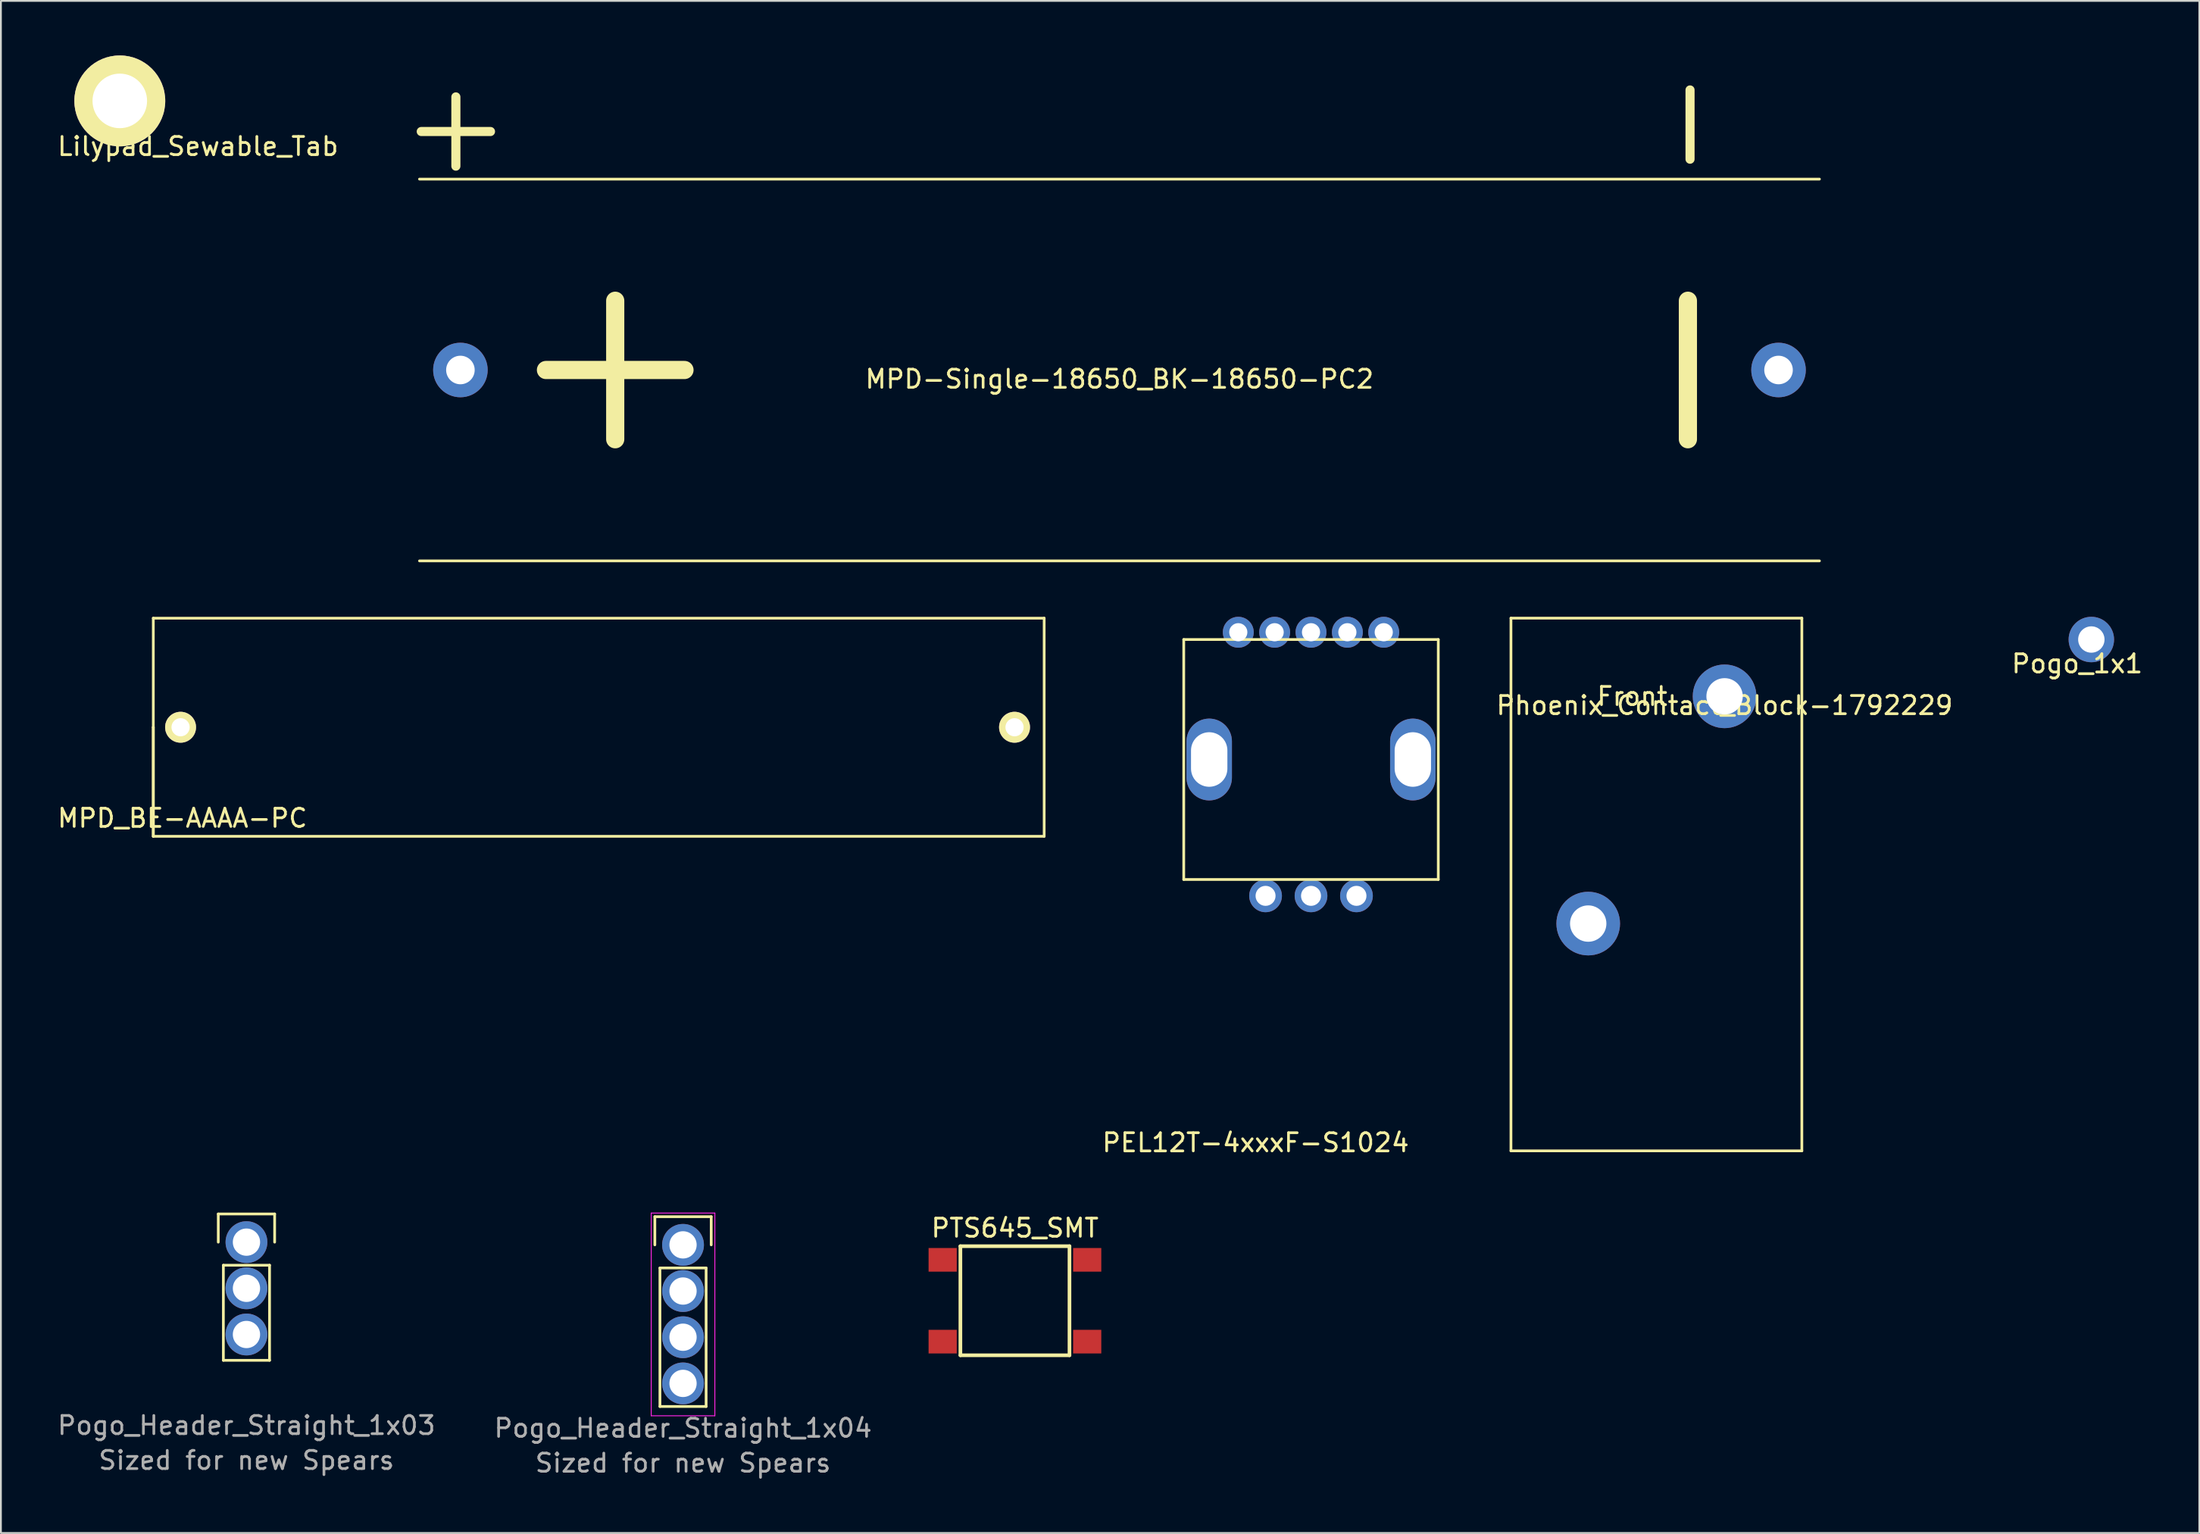
<source format=kicad_pcb>
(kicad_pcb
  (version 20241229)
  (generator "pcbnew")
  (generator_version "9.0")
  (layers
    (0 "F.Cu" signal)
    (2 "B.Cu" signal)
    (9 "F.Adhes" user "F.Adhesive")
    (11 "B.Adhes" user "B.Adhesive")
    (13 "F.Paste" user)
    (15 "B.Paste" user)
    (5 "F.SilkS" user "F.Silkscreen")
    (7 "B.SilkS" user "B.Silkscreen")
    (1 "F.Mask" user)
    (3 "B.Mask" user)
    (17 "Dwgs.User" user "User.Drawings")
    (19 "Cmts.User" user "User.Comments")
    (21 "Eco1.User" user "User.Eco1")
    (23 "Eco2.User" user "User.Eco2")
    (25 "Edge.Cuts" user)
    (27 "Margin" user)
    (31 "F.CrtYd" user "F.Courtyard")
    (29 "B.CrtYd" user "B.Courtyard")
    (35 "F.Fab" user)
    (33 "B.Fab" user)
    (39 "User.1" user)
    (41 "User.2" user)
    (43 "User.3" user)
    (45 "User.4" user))
  (footprint "MPD-Single-18650_BK-18650-PC2"
    (layer "F.Cu")
    (at 58.524 17.302)
    (property "Reference" "MPD-Single-18650_BK-18650-PC2" (at 0 0.5 0) (layer "F.SilkS") (effects (font (size 1 1) (thickness 0.15))))
    (attr through_hole)
    (fp_line (start -38.5 -10.5) (end 38.5 -10.5) (stroke (width 0.15) (type solid)) (layer "F.SilkS"))
    (fp_line (start 38.5 10.5) (end -38.5 10.5) (stroke (width 0.15) (type solid)) (layer "F.SilkS"))
    (fp_text user "-" (at 30.5 0 90) (layer "F.SilkS") (effects (font (size 10 10) (thickness 1))))
    (fp_text user "+" (at -36.5 -13.5 0) (layer "F.SilkS") (effects (font (size 5 5) (thickness 0.5))))
    (fp_text user "+" (at -28.5 0 90) (layer "F.SilkS") (effects (font (size 10 10) (thickness 1))))
    (fp_text user "-" (at 31 -13.5 90) (layer "F.SilkS") (effects (font (size 5 5) (thickness 0.5))))
    (pad "1" thru_hole circle (at -36.25 0) (size 3 3) (drill 1.57) (layers "*.Cu" "*.Mask"))
    (pad "2" thru_hole circle (at 36.25 0) (size 3 3) (drill 1.57) (layers "*.Cu" "*.Mask")))
  (footprint "Pogo_Header_Straight_1x03"
    (layer "F.Cu")
    (at 10.506 65.275)
    (property "Reference" "Pogo_Header_Straight_1x03" (at 0 10.08 180) (layer "F.Fab") (effects (font (size 1 1) (thickness 0.15))))
    (attr through_hole)
    (fp_line (start -1.55 -1.55) (end 1.55 -1.55) (stroke (width 0.15) (type solid)) (layer "F.SilkS"))
    (fp_line (start -1.55 0) (end -1.55 -1.55) (stroke (width 0.15) (type solid)) (layer "F.SilkS"))
    (fp_line (start -1.27 1.27) (end -1.27 6.5) (stroke (width 0.15) (type solid)) (layer "F.SilkS"))
    (fp_line (start -1.27 6.5) (end 1.27 6.5) (stroke (width 0.15) (type solid)) (layer "F.SilkS"))
    (fp_line (start 1.27 1.27) (end -1.27 1.27) (stroke (width 0.15) (type solid)) (layer "F.SilkS"))
    (fp_line (start 1.27 1.27) (end 1.27 6.5) (stroke (width 0.15) (type solid)) (layer "F.SilkS"))
    (fp_line (start 1.55 -1.55) (end 1.55 0) (stroke (width 0.15) (type solid)) (layer "F.SilkS"))
    (fp_text user "Sized for new Spears" (at 0 12 0) (layer "F.Fab") (effects (font (size 1 1) (thickness 0.15))))
    (pad "1" thru_hole circle (at 0 0) (size 2.3 2.3) (drill 1.5) (layers "*.Cu" "*.Mask"))
    (pad "2" thru_hole circle (at 0 2.54) (size 2.3 2.3) (drill 1.5) (layers "*.Cu" "*.Mask"))
    (pad "3" thru_hole circle (at 0 5.08) (size 2.3 2.3) (drill 1.5) (layers "*.Cu" "*.Mask")))
  (footprint "MPD_BE-AAAA-PC"
    (layer "F.Cu")
    (at 6.882 36.953)
    (property "Reference" "MPD_BE-AAAA-PC" (at 0.1 5 0) (layer "F.SilkS") (effects (font (size 1 1) (thickness 0.15))))
    (attr through_hole)
    (fp_line (start -1.5 -6) (end 47.5 -6) (stroke (width 0.15) (type solid)) (layer "F.SilkS"))
    (fp_line (start -1.5 0) (end -1.5 -6) (stroke (width 0.15) (type solid)) (layer "F.SilkS"))
    (fp_line (start -1.5 0) (end -1.5 6) (stroke (width 0.15) (type solid)) (layer "F.SilkS"))
    (fp_line (start -1.5 0) (end -1.5 6) (stroke (width 0.15) (type solid)) (layer "F.SilkS"))
    (fp_line (start 47.5 -6) (end 47.5 6) (stroke (width 0.15) (type solid)) (layer "F.SilkS"))
    (fp_line (start 47.5 6) (end -1.5 6) (stroke (width 0.15) (type solid)) (layer "F.SilkS"))
    (pad "1" thru_hole circle (at 0 0) (size 1.7 1.7) (drill 1) (layers "*.Cu" "*.Mask" "F.SilkS"))
    (pad "2" thru_hole circle (at 45.87 0) (size 1.7 1.7) (drill 1) (layers "*.Cu" "*.Mask" "F.SilkS")))
  (footprint "Pogo_1x1"
    (layer "F.Cu")
    (at 111.979 32.127)
    (property "Reference" "Pogo_1x1" (at -0.78 1.33 0) (layer "F.SilkS") (effects (font (size 1 1) (thickness 0.15))))
    (attr through_hole)
    (pad "1" thru_hole circle (at 0 0) (size 2.5 2.5) (drill 1.45) (layers "*.Cu" "*.Mask")))
  (footprint "Pogo_Header_Straight_1x04"
    (layer "F.Cu")
    (at 34.518 65.425)
    (property "Reference" "Pogo_Header_Straight_1x04" (at 0 10.08 180) (layer "F.Fab") (effects (font (size 1 1) (thickness 0.15))))
    (attr through_hole)
    (fp_line (start -1.55 -1.55) (end 1.55 -1.55) (stroke (width 0.15) (type solid)) (layer "F.SilkS"))
    (fp_line (start -1.55 0) (end -1.55 -1.55) (stroke (width 0.15) (type solid)) (layer "F.SilkS"))
    (fp_line (start -1.27 1.27) (end -1.27 8.89) (stroke (width 0.15) (type solid)) (layer "F.SilkS"))
    (fp_line (start -1.27 8.89) (end 1.27 8.89) (stroke (width 0.15) (type solid)) (layer "F.SilkS"))
    (fp_line (start 1.27 1.27) (end -1.27 1.27) (stroke (width 0.15) (type solid)) (layer "F.SilkS"))
    (fp_line (start 1.27 1.27) (end 1.27 8.89) (stroke (width 0.15) (type solid)) (layer "F.SilkS"))
    (fp_line (start 1.55 -1.55) (end 1.55 0) (stroke (width 0.15) (type solid)) (layer "F.SilkS"))
    (fp_line (start -1.75 -1.75) (end -1.75 9.4) (stroke (width 0.05) (type solid)) (layer "F.CrtYd"))
    (fp_line (start -1.75 -1.75) (end 1.75 -1.75) (stroke (width 0.05) (type solid)) (layer "F.CrtYd"))
    (fp_line (start -1.75 9.4) (end 1.75 9.4) (stroke (width 0.05) (type solid)) (layer "F.CrtYd"))
    (fp_line (start 1.75 -1.75) (end 1.75 9.4) (stroke (width 0.05) (type solid)) (layer "F.CrtYd"))
    (fp_text user "Sized for new Spears" (at 0 12 0) (layer "F.Fab") (effects (font (size 1 1) (thickness 0.15))))
    (pad "1" thru_hole circle (at 0 0) (size 2.3 2.3) (drill 1.5) (layers "*.Cu" "*.Mask"))
    (pad "2" thru_hole circle (at 0 2.54) (size 2.3 2.3) (drill 1.5) (layers "*.Cu" "*.Mask"))
    (pad "3" thru_hole circle (at 0 5.08) (size 2.3 2.3) (drill 1.5) (layers "*.Cu" "*.Mask"))
    (pad "4" thru_hole circle (at 0 7.62) (size 2.3 2.3) (drill 1.5) (layers "*.Cu" "*.Mask")))
  (footprint "Phoenix_Contact_Block-1792229"
    (layer "F.Cu")
    (at 91.806 35.252)
    (property "Reference" "Phoenix_Contact_Block-1792229" (at 0 0.5 0) (layer "F.SilkS") (effects (font (size 1 1) (thickness 0.15))))
    (attr through_hole)
    (fp_line (start -11.75 -4.3) (end -11.75 25) (stroke (width 0.15) (type solid)) (layer "F.SilkS"))
    (fp_line (start 4.25 -4.3) (end -11.75 -4.3) (stroke (width 0.15) (type solid)) (layer "F.SilkS"))
    (fp_line (start 4.25 -4.3) (end 4.25 25) (stroke (width 0.15) (type solid)) (layer "F.SilkS"))
    (fp_line (start 4.25 25) (end -11.75 25) (stroke (width 0.15) (type solid)) (layer "F.SilkS"))
    (fp_text user "Front" (at -5.08 0 0) (layer "F.SilkS") (effects (font (size 1 1) (thickness 0.15))))
    (pad "1" thru_hole circle (at 0 0) (size 3.5 3.5) (drill 2) (layers "*.Cu" "*.Mask"))
    (pad "2" thru_hole circle (at -7.5 12.5) (size 3.5 3.5) (drill 2) (layers "*.Cu" "*.Mask")))
  (footprint "Lilypad_Sewable_Tab"
    (layer "F.Cu")
    (at 3.539 2.5)
    (property "Reference" "Lilypad_Sewable_Tab" (at 4.3 2.5 0) (layer "F.SilkS") (effects (font (size 1 1) (thickness 0.15))))
    (attr through_hole)
    (pad "1" thru_hole circle (at 0 0) (size 5 5) (drill 3) (layers "*.Cu" "*.Mask" "F.SilkS")))
  (footprint "PEL12T-4xxxF-S1024"
    (layer "F.Cu")
    (at 69.059 38.727)
    (property "Reference" "PEL12T-4xxxF-S1024" (at -3.048 21.074 0) (layer "F.SilkS") (effects (font (size 1 1) (thickness 0.15))))
    (attr through_hole)
    (fp_line (start -7 -6.6) (end 7 -6.6) (stroke (width 0.15) (type solid)) (layer "F.SilkS"))
    (fp_line (start -7 6.6) (end -7 -6.6) (stroke (width 0.15) (type solid)) (layer "F.SilkS"))
    (fp_line (start 7 -6.6) (end 7 6.6) (stroke (width 0.15) (type solid)) (layer "F.SilkS"))
    (fp_line (start 7 6.6) (end -7 6.6) (stroke (width 0.15) (type solid)) (layer "F.SilkS"))
    (pad "" np_thru_hole oval (at -5.6 0) (size 2.5 4.5) (drill oval 2 3) (layers "*.Cu" "*.Mask"))
    (pad "" np_thru_hole oval (at 5.6 0) (size 2.5 4.5) (drill oval 2 3) (layers "*.Cu" "*.Mask"))
    (pad "1" thru_hole circle (at -4 -7) (size 1.7 1.7) (drill 1) (layers "*.Cu" "*.Mask"))
    (pad "2" thru_hole circle (at -2 -7) (size 1.7 1.7) (drill 1) (layers "*.Cu" "*.Mask"))
    (pad "3" thru_hole circle (at 0 -7) (size 1.7 1.7) (drill 1) (layers "*.Cu" "*.Mask"))
    (pad "4" thru_hole circle (at 2 -7) (size 1.7 1.7) (drill 1) (layers "*.Cu" "*.Mask"))
    (pad "5" thru_hole circle (at 4 -7) (size 1.7 1.7) (drill 1) (layers "*.Cu" "*.Mask"))
    (pad "A" thru_hole circle (at -2.5 7.5) (size 1.8 1.8) (drill 1.1) (layers "*.Cu" "*.Mask"))
    (pad "B" thru_hole circle (at 2.5 7.5) (size 1.8 1.8) (drill 1.1) (layers "*.Cu" "*.Mask"))
    (pad "C" thru_hole circle (at 0 7.5) (size 1.8 1.8) (drill 1.1) (layers "*.Cu" "*.Mask")))
  (footprint "PTS645_SMT"
    (layer "F.Cu")
    (at 52.774 68.498)
    (property "Reference" "PTS645_SMT" (at 0 -4 0) (layer "F.SilkS") (effects (font (size 1 1) (thickness 0.15))))
    (attr through_hole)
    (fp_line (start -3 -3) (end -3 3) (stroke (width 0.2) (type solid)) (layer "F.SilkS"))
    (fp_line (start -3 -3) (end 3 -3) (stroke (width 0.2) (type solid)) (layer "F.SilkS"))
    (fp_line (start -3 3) (end 3 3) (stroke (width 0.2) (type solid)) (layer "F.SilkS"))
    (fp_line (start 3 -3) (end 3 3) (stroke (width 0.2) (type solid)) (layer "F.SilkS"))
    (pad "1" smd rect (at -3.975 -2.25) (size 1.55 1.3) (layers "F.Cu" "F.Mask" "F.Paste"))
    (pad "2" smd rect (at 3.975 -2.25) (size 1.55 1.3) (layers "F.Cu" "F.Mask" "F.Paste"))
    (pad "3" smd rect (at -3.975 2.25) (size 1.55 1.3) (layers "F.Cu" "F.Mask" "F.Paste"))
    (pad "4" smd rect (at 3.975 2.25) (size 1.55 1.3) (layers "F.Cu" "F.Mask" "F.Paste")))
  (gr_rect
    (start -3 -3)
    (end 117.919 81.273)
    (stroke (width 0.1) (type default))
    (fill no)
    (layer "Edge.Cuts")))
</source>
